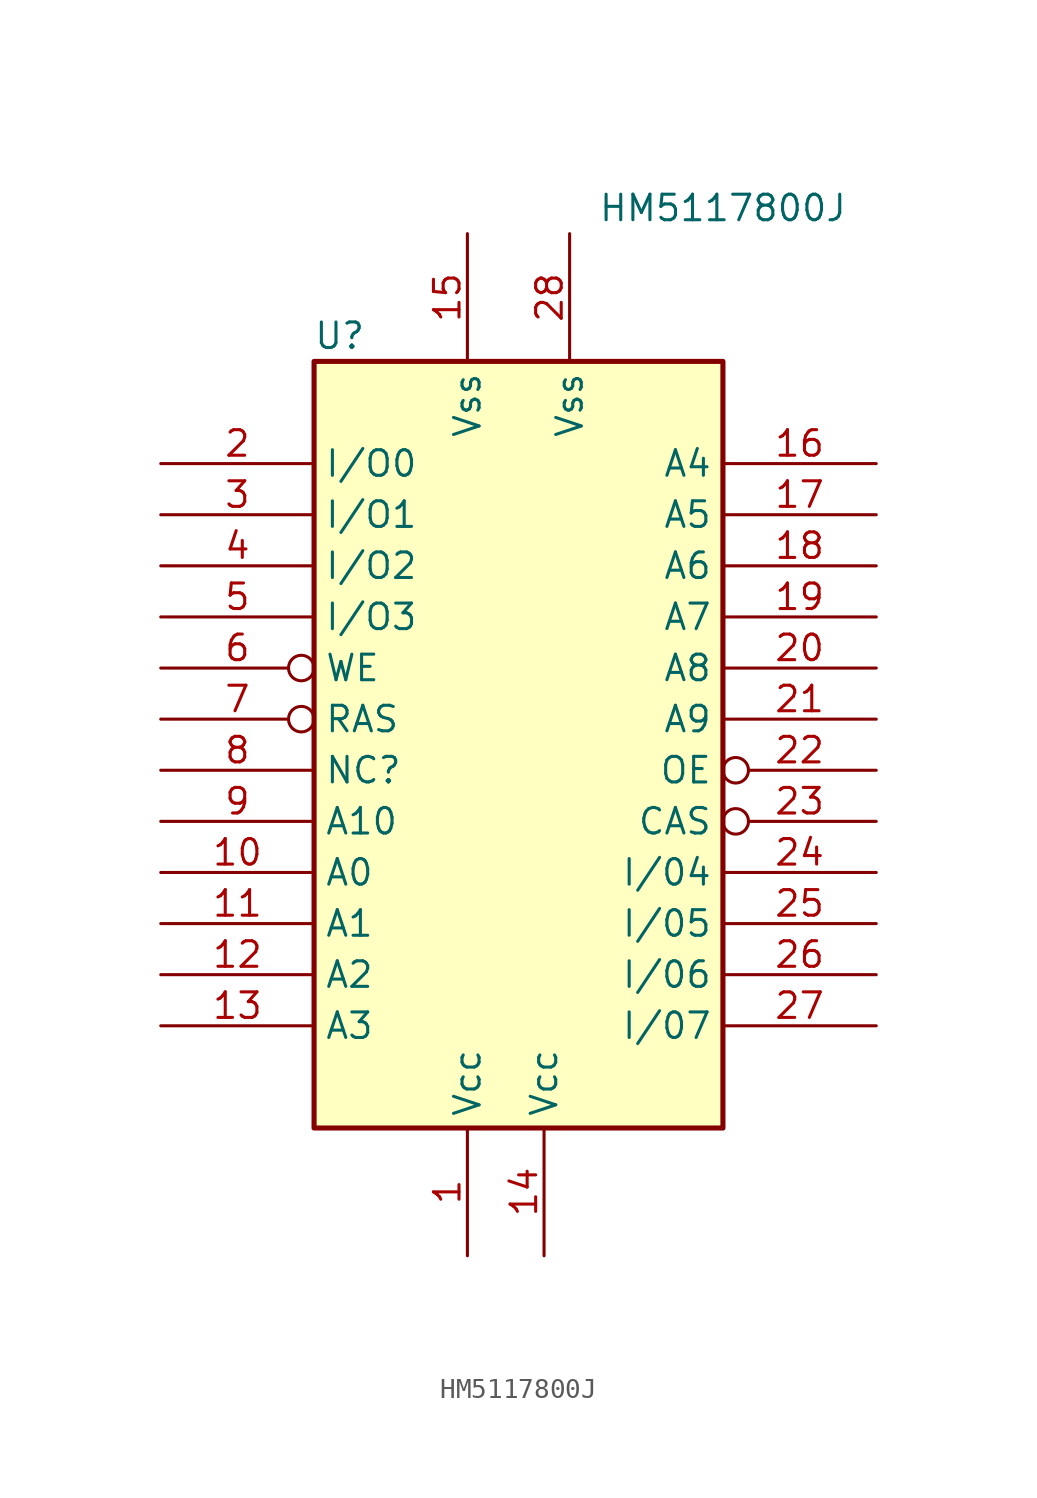
<source format=kicad_sym>
(kicad_symbol_lib
  (version 20220914)
  (generator kicad_symbol_editor)
  (symbol "HM5117800J"
    (property "Reference" "U"
      (at -8.89 20.32 0)
      (effects (font (size 1.27 1.27))))
    (property "Value" "HM5117800J"
      (at 10.16 26.67 0)
      (effects (font (size 1.27 1.27))))
    (symbol "HM5117800J_0_1"
      (rectangle (start -10.16 -19.05) (end 10.16 19.05) (stroke (width 0.254) (type default)) (fill (type background))))
    (symbol "HM5117800J_1_1"
      (pin power_in line (at -2.54 -25.4 90) (length 6.35) (name "Vcc" (effects (font (size 1.27 1.27)))) (number "1" (effects (font (size 1.27 1.27)))))
      (pin input line (at -17.78 -6.35 0) (length 7.62) (name "A0" (effects (font (size 1.27 1.27)))) (number "10" (effects (font (size 1.27 1.27)))))
      (pin input line (at -17.78 -8.89 0) (length 7.62) (name "A1" (effects (font (size 1.27 1.27)))) (number "11" (effects (font (size 1.27 1.27)))))
      (pin input line (at -17.78 -11.43 0) (length 7.62) (name "A2" (effects (font (size 1.27 1.27)))) (number "12" (effects (font (size 1.27 1.27)))))
      (pin input line (at -17.78 -13.97 0) (length 7.62) (name "A3" (effects (font (size 1.27 1.27)))) (number "13" (effects (font (size 1.27 1.27)))))
      (pin power_in line (at 1.27 -25.4 90) (length 6.35) (name "Vcc" (effects (font (size 1.27 1.27)))) (number "14" (effects (font (size 1.27 1.27)))))
      (pin input line (at -2.54 25.4 270) (length 6.35) (name "Vss" (effects (font (size 1.27 1.27)))) (number "15" (effects (font (size 1.27 1.27)))))
      (pin input line (at 17.78 13.97 180) (length 7.62) (name "A4" (effects (font (size 1.27 1.27)))) (number "16" (effects (font (size 1.27 1.27)))))
      (pin input line (at 17.78 11.43 180) (length 7.62) (name "A5" (effects (font (size 1.27 1.27)))) (number "17" (effects (font (size 1.27 1.27)))))
      (pin input line (at 17.78 8.89 180) (length 7.62) (name "A6" (effects (font (size 1.27 1.27)))) (number "18" (effects (font (size 1.27 1.27)))))
      (pin input line (at 17.78 6.35 180) (length 7.62) (name "A7" (effects (font (size 1.27 1.27)))) (number "19" (effects (font (size 1.27 1.27)))))
      (pin bidirectional line (at -17.78 13.97 0) (length 7.62) (name "I/O0" (effects (font (size 1.27 1.27)))) (number "2" (effects (font (size 1.27 1.27)))))
      (pin input line (at 17.78 3.81 180) (length 7.62) (name "A8" (effects (font (size 1.27 1.27)))) (number "20" (effects (font (size 1.27 1.27)))))
      (pin input line (at 17.78 1.27 180) (length 7.62) (name "A9" (effects (font (size 1.27 1.27)))) (number "21" (effects (font (size 1.27 1.27)))))
      (pin input inverted (at 17.78 -1.27 180) (length 7.62) (name "OE" (effects (font (size 1.27 1.27)))) (number "22" (effects (font (size 1.27 1.27)))))
      (pin input inverted (at 17.78 -3.81 180) (length 7.62) (name "CAS" (effects (font (size 1.27 1.27)))) (number "23" (effects (font (size 1.27 1.27)))))
      (pin input line (at 17.78 -6.35 180) (length 7.62) (name "I/04" (effects (font (size 1.27 1.27)))) (number "24" (effects (font (size 1.27 1.27)))))
      (pin input line (at 17.78 -8.89 180) (length 7.62) (name "I/05" (effects (font (size 1.27 1.27)))) (number "25" (effects (font (size 1.27 1.27)))))
      (pin input line (at 17.78 -11.43 180) (length 7.62) (name "I/06" (effects (font (size 1.27 1.27)))) (number "26" (effects (font (size 1.27 1.27)))))
      (pin input line (at 17.78 -13.97 180) (length 7.62) (name "I/07" (effects (font (size 1.27 1.27)))) (number "27" (effects (font (size 1.27 1.27)))))
      (pin input line (at 2.54 25.4 270) (length 6.35) (name "Vss" (effects (font (size 1.27 1.27)))) (number "28" (effects (font (size 1.27 1.27)))))
      (pin bidirectional line (at -17.78 11.43 0) (length 7.62) (name "I/O1" (effects (font (size 1.27 1.27)))) (number "3" (effects (font (size 1.27 1.27)))))
      (pin bidirectional line (at -17.78 8.89 0) (length 7.62) (name "I/O2" (effects (font (size 1.27 1.27)))) (number "4" (effects (font (size 1.27 1.27)))))
      (pin bidirectional line (at -17.78 6.35 0) (length 7.62) (name "I/O3" (effects (font (size 1.27 1.27)))) (number "5" (effects (font (size 1.27 1.27)))))
      (pin input inverted (at -17.78 3.81 0) (length 7.62) (name "WE" (effects (font (size 1.27 1.27)))) (number "6" (effects (font (size 1.27 1.27)))))
      (pin input inverted (at -17.78 1.27 0) (length 7.62) (name "RAS" (effects (font (size 1.27 1.27)))) (number "7" (effects (font (size 1.27 1.27)))))
      (pin bidirectional line (at -17.78 -1.27 0) (length 7.62) (name "NC?" (effects (font (size 1.27 1.27)))) (number "8" (effects (font (size 1.27 1.27)))))
      (pin input line (at -17.78 -3.81 0) (length 7.62) (name "A10" (effects (font (size 1.27 1.27)))) (number "9" (effects (font (size 1.27 1.27))))))))
</source>
